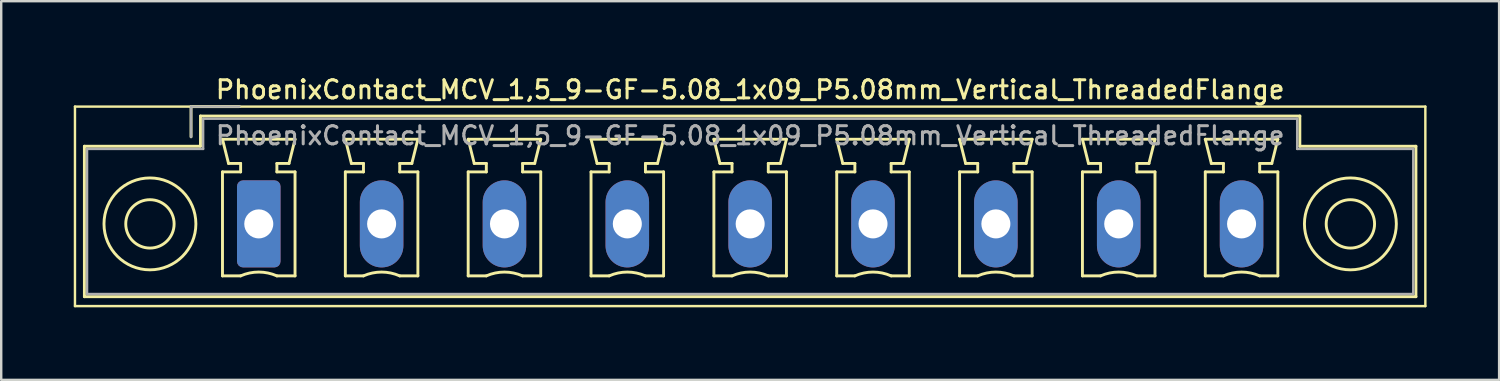
<source format=kicad_pcb>
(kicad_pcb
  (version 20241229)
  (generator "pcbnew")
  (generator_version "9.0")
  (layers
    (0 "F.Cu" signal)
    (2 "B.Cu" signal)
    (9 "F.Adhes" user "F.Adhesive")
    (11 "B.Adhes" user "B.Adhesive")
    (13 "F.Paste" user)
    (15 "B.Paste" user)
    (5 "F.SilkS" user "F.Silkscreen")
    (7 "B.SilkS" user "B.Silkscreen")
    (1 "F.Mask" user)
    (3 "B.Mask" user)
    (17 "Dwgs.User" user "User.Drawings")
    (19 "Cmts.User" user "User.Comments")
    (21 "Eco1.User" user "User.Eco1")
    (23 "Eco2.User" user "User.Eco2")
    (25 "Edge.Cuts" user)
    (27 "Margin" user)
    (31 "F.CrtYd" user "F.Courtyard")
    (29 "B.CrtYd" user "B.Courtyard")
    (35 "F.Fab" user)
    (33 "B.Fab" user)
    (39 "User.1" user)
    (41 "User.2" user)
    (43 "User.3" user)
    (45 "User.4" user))
  (footprint "PhoenixContact_MCV_1,5_9-GF-5.08_1x09_P5.08mm_Vertical_ThreadedFlange"
    (layer "F.Cu")
    (at 7.65 6.208)
    (property "Reference" "PhoenixContact_MCV_1,5_9-GF-5.08_1x09_P5.08mm_Vertical_ThreadedFlange" (at 20.32 -5.55 0) (layer "F.SilkS") (effects (font (size 0.75 0.75) (thickness 0.125))))
    (attr through_hole)
    (fp_line (start -7.6 -4.85) (end -7.6 3.4) (stroke (width 0.1) (type solid)) (layer "F.SilkS"))
    (fp_line (start -7.6 3.4) (end 48.24 3.4) (stroke (width 0.1) (type solid)) (layer "F.SilkS"))
    (fp_line (start -7.21 -3.21) (end -7.21 3.01) (stroke (width 0.12) (type solid)) (layer "F.SilkS"))
    (fp_line (start -7.21 3.01) (end 47.85 3.01) (stroke (width 0.12) (type solid)) (layer "F.SilkS"))
    (fp_line (start -2.8 -4.85) (end -0.8 -4.85) (stroke (width 0.12) (type solid)) (layer "F.SilkS"))
    (fp_line (start -2.8 -3.6) (end -2.8 -4.85) (stroke (width 0.12) (type solid)) (layer "F.SilkS"))
    (fp_line (start -2.41 -4.46) (end -2.41 -3.21) (stroke (width 0.12) (type solid)) (layer "F.SilkS"))
    (fp_line (start -2.41 -3.21) (end -7.21 -3.21) (stroke (width 0.12) (type solid)) (layer "F.SilkS"))
    (fp_line (start -1.5 -3.5) (end 1.5 -3.5) (stroke (width 0.12) (type solid)) (layer "F.SilkS"))
    (fp_line (start -1.5 -2.15) (end -0.75 -2.15) (stroke (width 0.12) (type solid)) (layer "F.SilkS"))
    (fp_line (start -1.5 2.15) (end -1.5 -2.15) (stroke (width 0.12) (type solid)) (layer "F.SilkS"))
    (fp_line (start -1.25 -2.5) (end -1.5 -3.5) (stroke (width 0.12) (type solid)) (layer "F.SilkS"))
    (fp_line (start -0.75 -2.5) (end -1.25 -2.5) (stroke (width 0.12) (type solid)) (layer "F.SilkS"))
    (fp_line (start -0.75 -2.15) (end -0.75 -2.5) (stroke (width 0.12) (type solid)) (layer "F.SilkS"))
    (fp_line (start -0.75 2.15) (end -1.5 2.15) (stroke (width 0.12) (type solid)) (layer "F.SilkS"))
    (fp_line (start 0.75 -2.5) (end 0.75 -2.15) (stroke (width 0.12) (type solid)) (layer "F.SilkS"))
    (fp_line (start 0.75 -2.15) (end 1.5 -2.15) (stroke (width 0.12) (type solid)) (layer "F.SilkS"))
    (fp_line (start 1.25 -2.5) (end 0.75 -2.5) (stroke (width 0.12) (type solid)) (layer "F.SilkS"))
    (fp_line (start 1.5 -3.5) (end 1.25 -2.5) (stroke (width 0.12) (type solid)) (layer "F.SilkS"))
    (fp_line (start 1.5 -2.15) (end 1.5 2.15) (stroke (width 0.12) (type solid)) (layer "F.SilkS"))
    (fp_line (start 1.5 2.15) (end 0.75 2.15) (stroke (width 0.12) (type solid)) (layer "F.SilkS"))
    (fp_line (start 3.58 -3.5) (end 6.58 -3.5) (stroke (width 0.12) (type solid)) (layer "F.SilkS"))
    (fp_line (start 3.58 -2.15) (end 4.33 -2.15) (stroke (width 0.12) (type solid)) (layer "F.SilkS"))
    (fp_line (start 3.58 2.15) (end 3.58 -2.15) (stroke (width 0.12) (type solid)) (layer "F.SilkS"))
    (fp_line (start 3.83 -2.5) (end 3.58 -3.5) (stroke (width 0.12) (type solid)) (layer "F.SilkS"))
    (fp_line (start 4.33 -2.5) (end 3.83 -2.5) (stroke (width 0.12) (type solid)) (layer "F.SilkS"))
    (fp_line (start 4.33 -2.15) (end 4.33 -2.5) (stroke (width 0.12) (type solid)) (layer "F.SilkS"))
    (fp_line (start 4.33 2.15) (end 3.58 2.15) (stroke (width 0.12) (type solid)) (layer "F.SilkS"))
    (fp_line (start 5.83 -2.5) (end 5.83 -2.15) (stroke (width 0.12) (type solid)) (layer "F.SilkS"))
    (fp_line (start 5.83 -2.15) (end 6.58 -2.15) (stroke (width 0.12) (type solid)) (layer "F.SilkS"))
    (fp_line (start 6.33 -2.5) (end 5.83 -2.5) (stroke (width 0.12) (type solid)) (layer "F.SilkS"))
    (fp_line (start 6.58 -3.5) (end 6.33 -2.5) (stroke (width 0.12) (type solid)) (layer "F.SilkS"))
    (fp_line (start 6.58 -2.15) (end 6.58 2.15) (stroke (width 0.12) (type solid)) (layer "F.SilkS"))
    (fp_line (start 6.58 2.15) (end 5.83 2.15) (stroke (width 0.12) (type solid)) (layer "F.SilkS"))
    (fp_line (start 8.66 -3.5) (end 11.66 -3.5) (stroke (width 0.12) (type solid)) (layer "F.SilkS"))
    (fp_line (start 8.66 -2.15) (end 9.41 -2.15) (stroke (width 0.12) (type solid)) (layer "F.SilkS"))
    (fp_line (start 8.66 2.15) (end 8.66 -2.15) (stroke (width 0.12) (type solid)) (layer "F.SilkS"))
    (fp_line (start 8.91 -2.5) (end 8.66 -3.5) (stroke (width 0.12) (type solid)) (layer "F.SilkS"))
    (fp_line (start 9.41 -2.5) (end 8.91 -2.5) (stroke (width 0.12) (type solid)) (layer "F.SilkS"))
    (fp_line (start 9.41 -2.15) (end 9.41 -2.5) (stroke (width 0.12) (type solid)) (layer "F.SilkS"))
    (fp_line (start 9.41 2.15) (end 8.66 2.15) (stroke (width 0.12) (type solid)) (layer "F.SilkS"))
    (fp_line (start 10.91 -2.5) (end 10.91 -2.15) (stroke (width 0.12) (type solid)) (layer "F.SilkS"))
    (fp_line (start 10.91 -2.15) (end 11.66 -2.15) (stroke (width 0.12) (type solid)) (layer "F.SilkS"))
    (fp_line (start 11.41 -2.5) (end 10.91 -2.5) (stroke (width 0.12) (type solid)) (layer "F.SilkS"))
    (fp_line (start 11.66 -3.5) (end 11.41 -2.5) (stroke (width 0.12) (type solid)) (layer "F.SilkS"))
    (fp_line (start 11.66 -2.15) (end 11.66 2.15) (stroke (width 0.12) (type solid)) (layer "F.SilkS"))
    (fp_line (start 11.66 2.15) (end 10.91 2.15) (stroke (width 0.12) (type solid)) (layer "F.SilkS"))
    (fp_line (start 13.74 -3.5) (end 16.74 -3.5) (stroke (width 0.12) (type solid)) (layer "F.SilkS"))
    (fp_line (start 13.74 -2.15) (end 14.49 -2.15) (stroke (width 0.12) (type solid)) (layer "F.SilkS"))
    (fp_line (start 13.74 2.15) (end 13.74 -2.15) (stroke (width 0.12) (type solid)) (layer "F.SilkS"))
    (fp_line (start 13.99 -2.5) (end 13.74 -3.5) (stroke (width 0.12) (type solid)) (layer "F.SilkS"))
    (fp_line (start 14.49 -2.5) (end 13.99 -2.5) (stroke (width 0.12) (type solid)) (layer "F.SilkS"))
    (fp_line (start 14.49 -2.15) (end 14.49 -2.5) (stroke (width 0.12) (type solid)) (layer "F.SilkS"))
    (fp_line (start 14.49 2.15) (end 13.74 2.15) (stroke (width 0.12) (type solid)) (layer "F.SilkS"))
    (fp_line (start 15.99 -2.5) (end 15.99 -2.15) (stroke (width 0.12) (type solid)) (layer "F.SilkS"))
    (fp_line (start 15.99 -2.15) (end 16.74 -2.15) (stroke (width 0.12) (type solid)) (layer "F.SilkS"))
    (fp_line (start 16.49 -2.5) (end 15.99 -2.5) (stroke (width 0.12) (type solid)) (layer "F.SilkS"))
    (fp_line (start 16.74 -3.5) (end 16.49 -2.5) (stroke (width 0.12) (type solid)) (layer "F.SilkS"))
    (fp_line (start 16.74 -2.15) (end 16.74 2.15) (stroke (width 0.12) (type solid)) (layer "F.SilkS"))
    (fp_line (start 16.74 2.15) (end 15.99 2.15) (stroke (width 0.12) (type solid)) (layer "F.SilkS"))
    (fp_line (start 18.82 -3.5) (end 21.82 -3.5) (stroke (width 0.12) (type solid)) (layer "F.SilkS"))
    (fp_line (start 18.82 -2.15) (end 19.57 -2.15) (stroke (width 0.12) (type solid)) (layer "F.SilkS"))
    (fp_line (start 18.82 2.15) (end 18.82 -2.15) (stroke (width 0.12) (type solid)) (layer "F.SilkS"))
    (fp_line (start 19.07 -2.5) (end 18.82 -3.5) (stroke (width 0.12) (type solid)) (layer "F.SilkS"))
    (fp_line (start 19.57 -2.5) (end 19.07 -2.5) (stroke (width 0.12) (type solid)) (layer "F.SilkS"))
    (fp_line (start 19.57 -2.15) (end 19.57 -2.5) (stroke (width 0.12) (type solid)) (layer "F.SilkS"))
    (fp_line (start 19.57 2.15) (end 18.82 2.15) (stroke (width 0.12) (type solid)) (layer "F.SilkS"))
    (fp_line (start 21.07 -2.5) (end 21.07 -2.15) (stroke (width 0.12) (type solid)) (layer "F.SilkS"))
    (fp_line (start 21.07 -2.15) (end 21.82 -2.15) (stroke (width 0.12) (type solid)) (layer "F.SilkS"))
    (fp_line (start 21.57 -2.5) (end 21.07 -2.5) (stroke (width 0.12) (type solid)) (layer "F.SilkS"))
    (fp_line (start 21.82 -3.5) (end 21.57 -2.5) (stroke (width 0.12) (type solid)) (layer "F.SilkS"))
    (fp_line (start 21.82 -2.15) (end 21.82 2.15) (stroke (width 0.12) (type solid)) (layer "F.SilkS"))
    (fp_line (start 21.82 2.15) (end 21.07 2.15) (stroke (width 0.12) (type solid)) (layer "F.SilkS"))
    (fp_line (start 23.9 -3.5) (end 26.9 -3.5) (stroke (width 0.12) (type solid)) (layer "F.SilkS"))
    (fp_line (start 23.9 -2.15) (end 24.65 -2.15) (stroke (width 0.12) (type solid)) (layer "F.SilkS"))
    (fp_line (start 23.9 2.15) (end 23.9 -2.15) (stroke (width 0.12) (type solid)) (layer "F.SilkS"))
    (fp_line (start 24.15 -2.5) (end 23.9 -3.5) (stroke (width 0.12) (type solid)) (layer "F.SilkS"))
    (fp_line (start 24.65 -2.5) (end 24.15 -2.5) (stroke (width 0.12) (type solid)) (layer "F.SilkS"))
    (fp_line (start 24.65 -2.15) (end 24.65 -2.5) (stroke (width 0.12) (type solid)) (layer "F.SilkS"))
    (fp_line (start 24.65 2.15) (end 23.9 2.15) (stroke (width 0.12) (type solid)) (layer "F.SilkS"))
    (fp_line (start 26.15 -2.5) (end 26.15 -2.15) (stroke (width 0.12) (type solid)) (layer "F.SilkS"))
    (fp_line (start 26.15 -2.15) (end 26.9 -2.15) (stroke (width 0.12) (type solid)) (layer "F.SilkS"))
    (fp_line (start 26.65 -2.5) (end 26.15 -2.5) (stroke (width 0.12) (type solid)) (layer "F.SilkS"))
    (fp_line (start 26.9 -3.5) (end 26.65 -2.5) (stroke (width 0.12) (type solid)) (layer "F.SilkS"))
    (fp_line (start 26.9 -2.15) (end 26.9 2.15) (stroke (width 0.12) (type solid)) (layer "F.SilkS"))
    (fp_line (start 26.9 2.15) (end 26.15 2.15) (stroke (width 0.12) (type solid)) (layer "F.SilkS"))
    (fp_line (start 28.98 -3.5) (end 31.98 -3.5) (stroke (width 0.12) (type solid)) (layer "F.SilkS"))
    (fp_line (start 28.98 -2.15) (end 29.73 -2.15) (stroke (width 0.12) (type solid)) (layer "F.SilkS"))
    (fp_line (start 28.98 2.15) (end 28.98 -2.15) (stroke (width 0.12) (type solid)) (layer "F.SilkS"))
    (fp_line (start 29.23 -2.5) (end 28.98 -3.5) (stroke (width 0.12) (type solid)) (layer "F.SilkS"))
    (fp_line (start 29.73 -2.5) (end 29.23 -2.5) (stroke (width 0.12) (type solid)) (layer "F.SilkS"))
    (fp_line (start 29.73 -2.15) (end 29.73 -2.5) (stroke (width 0.12) (type solid)) (layer "F.SilkS"))
    (fp_line (start 29.73 2.15) (end 28.98 2.15) (stroke (width 0.12) (type solid)) (layer "F.SilkS"))
    (fp_line (start 31.23 -2.5) (end 31.23 -2.15) (stroke (width 0.12) (type solid)) (layer "F.SilkS"))
    (fp_line (start 31.23 -2.15) (end 31.98 -2.15) (stroke (width 0.12) (type solid)) (layer "F.SilkS"))
    (fp_line (start 31.73 -2.5) (end 31.23 -2.5) (stroke (width 0.12) (type solid)) (layer "F.SilkS"))
    (fp_line (start 31.98 -3.5) (end 31.73 -2.5) (stroke (width 0.12) (type solid)) (layer "F.SilkS"))
    (fp_line (start 31.98 -2.15) (end 31.98 2.15) (stroke (width 0.12) (type solid)) (layer "F.SilkS"))
    (fp_line (start 31.98 2.15) (end 31.23 2.15) (stroke (width 0.12) (type solid)) (layer "F.SilkS"))
    (fp_line (start 34.06 -3.5) (end 37.06 -3.5) (stroke (width 0.12) (type solid)) (layer "F.SilkS"))
    (fp_line (start 34.06 -2.15) (end 34.81 -2.15) (stroke (width 0.12) (type solid)) (layer "F.SilkS"))
    (fp_line (start 34.06 2.15) (end 34.06 -2.15) (stroke (width 0.12) (type solid)) (layer "F.SilkS"))
    (fp_line (start 34.31 -2.5) (end 34.06 -3.5) (stroke (width 0.12) (type solid)) (layer "F.SilkS"))
    (fp_line (start 34.81 -2.5) (end 34.31 -2.5) (stroke (width 0.12) (type solid)) (layer "F.SilkS"))
    (fp_line (start 34.81 -2.15) (end 34.81 -2.5) (stroke (width 0.12) (type solid)) (layer "F.SilkS"))
    (fp_line (start 34.81 2.15) (end 34.06 2.15) (stroke (width 0.12) (type solid)) (layer "F.SilkS"))
    (fp_line (start 36.31 -2.5) (end 36.31 -2.15) (stroke (width 0.12) (type solid)) (layer "F.SilkS"))
    (fp_line (start 36.31 -2.15) (end 37.06 -2.15) (stroke (width 0.12) (type solid)) (layer "F.SilkS"))
    (fp_line (start 36.81 -2.5) (end 36.31 -2.5) (stroke (width 0.12) (type solid)) (layer "F.SilkS"))
    (fp_line (start 37.06 -3.5) (end 36.81 -2.5) (stroke (width 0.12) (type solid)) (layer "F.SilkS"))
    (fp_line (start 37.06 -2.15) (end 37.06 2.15) (stroke (width 0.12) (type solid)) (layer "F.SilkS"))
    (fp_line (start 37.06 2.15) (end 36.31 2.15) (stroke (width 0.12) (type solid)) (layer "F.SilkS"))
    (fp_line (start 39.14 -3.5) (end 42.14 -3.5) (stroke (width 0.12) (type solid)) (layer "F.SilkS"))
    (fp_line (start 39.14 -2.15) (end 39.89 -2.15) (stroke (width 0.12) (type solid)) (layer "F.SilkS"))
    (fp_line (start 39.14 2.15) (end 39.14 -2.15) (stroke (width 0.12) (type solid)) (layer "F.SilkS"))
    (fp_line (start 39.39 -2.5) (end 39.14 -3.5) (stroke (width 0.12) (type solid)) (layer "F.SilkS"))
    (fp_line (start 39.89 -2.5) (end 39.39 -2.5) (stroke (width 0.12) (type solid)) (layer "F.SilkS"))
    (fp_line (start 39.89 -2.15) (end 39.89 -2.5) (stroke (width 0.12) (type solid)) (layer "F.SilkS"))
    (fp_line (start 39.89 2.15) (end 39.14 2.15) (stroke (width 0.12) (type solid)) (layer "F.SilkS"))
    (fp_line (start 41.39 -2.5) (end 41.39 -2.15) (stroke (width 0.12) (type solid)) (layer "F.SilkS"))
    (fp_line (start 41.39 -2.15) (end 42.14 -2.15) (stroke (width 0.12) (type solid)) (layer "F.SilkS"))
    (fp_line (start 41.89 -2.5) (end 41.39 -2.5) (stroke (width 0.12) (type solid)) (layer "F.SilkS"))
    (fp_line (start 42.14 -3.5) (end 41.89 -2.5) (stroke (width 0.12) (type solid)) (layer "F.SilkS"))
    (fp_line (start 42.14 -2.15) (end 42.14 2.15) (stroke (width 0.12) (type solid)) (layer "F.SilkS"))
    (fp_line (start 42.14 2.15) (end 41.39 2.15) (stroke (width 0.12) (type solid)) (layer "F.SilkS"))
    (fp_line (start 43.05 -4.46) (end -2.41 -4.46) (stroke (width 0.12) (type solid)) (layer "F.SilkS"))
    (fp_line (start 43.05 -3.21) (end 43.05 -4.46) (stroke (width 0.12) (type solid)) (layer "F.SilkS"))
    (fp_line (start 47.85 -3.21) (end 43.05 -3.21) (stroke (width 0.12) (type solid)) (layer "F.SilkS"))
    (fp_line (start 47.85 3.01) (end 47.85 -3.21) (stroke (width 0.12) (type solid)) (layer "F.SilkS"))
    (fp_line (start 48.24 -4.85) (end -7.6 -4.85) (stroke (width 0.1) (type solid)) (layer "F.SilkS"))
    (fp_line (start 48.24 3.4) (end 48.24 -4.85) (stroke (width 0.1) (type solid)) (layer "F.SilkS"))
    (fp_arc (start -0.75 2.15) (mid -0.000193 1.99191) (end 0.749647 2.149844) (stroke (width 0.12) (type solid)) (layer "F.SilkS"))
    (fp_arc (start 4.33 2.15) (mid 5.079807 1.99191) (end 5.829647 2.149844) (stroke (width 0.12) (type solid)) (layer "F.SilkS"))
    (fp_arc (start 9.41 2.15) (mid 10.159807 1.99191) (end 10.909647 2.149844) (stroke (width 0.12) (type solid)) (layer "F.SilkS"))
    (fp_arc (start 14.49 2.15) (mid 15.239807 1.99191) (end 15.989647 2.149844) (stroke (width 0.12) (type solid)) (layer "F.SilkS"))
    (fp_arc (start 19.57 2.15) (mid 20.319807 1.99191) (end 21.069647 2.149844) (stroke (width 0.12) (type solid)) (layer "F.SilkS"))
    (fp_arc (start 24.65 2.15) (mid 25.399807 1.99191) (end 26.149647 2.149844) (stroke (width 0.12) (type solid)) (layer "F.SilkS"))
    (fp_arc (start 29.73 2.15) (mid 30.479807 1.99191) (end 31.229647 2.149844) (stroke (width 0.12) (type solid)) (layer "F.SilkS"))
    (fp_arc (start 34.81 2.15) (mid 35.559807 1.99191) (end 36.309647 2.149844) (stroke (width 0.12) (type solid)) (layer "F.SilkS"))
    (fp_arc (start 39.89 2.15) (mid 40.639807 1.99191) (end 41.389647 2.149844) (stroke (width 0.12) (type solid)) (layer "F.SilkS"))
    (fp_circle (center -4.5 0) (end -3.5 0) (stroke (width 0.12) (type solid)) (fill no) (layer "F.SilkS"))
    (fp_circle (center -4.5 0) (end -2.6 0) (stroke (width 0.12) (type solid)) (fill no) (layer "F.SilkS"))
    (fp_circle (center 45.14 0) (end 46.14 0) (stroke (width 0.12) (type solid)) (fill no) (layer "F.SilkS"))
    (fp_circle (center 45.14 0) (end 47.04 0) (stroke (width 0.12) (type solid)) (fill no) (layer "F.SilkS"))
    (fp_line (start -7.1 -3.1) (end -7.1 2.9) (stroke (width 0.1) (type solid)) (layer "F.Fab"))
    (fp_line (start -7.1 2.9) (end 47.74 2.9) (stroke (width 0.1) (type solid)) (layer "F.Fab"))
    (fp_line (start -2.8 -4.85) (end -0.8 -4.85) (stroke (width 0.1) (type solid)) (layer "F.Fab"))
    (fp_line (start -2.8 -3.6) (end -2.8 -4.85) (stroke (width 0.1) (type solid)) (layer "F.Fab"))
    (fp_line (start -2.3 -4.35) (end -2.3 -3.1) (stroke (width 0.1) (type solid)) (layer "F.Fab"))
    (fp_line (start -2.3 -3.1) (end -7.1 -3.1) (stroke (width 0.1) (type solid)) (layer "F.Fab"))
    (fp_line (start 42.94 -4.35) (end -2.3 -4.35) (stroke (width 0.1) (type solid)) (layer "F.Fab"))
    (fp_line (start 42.94 -3.1) (end 42.94 -4.35) (stroke (width 0.1) (type solid)) (layer "F.Fab"))
    (fp_line (start 47.74 -3.1) (end 42.94 -3.1) (stroke (width 0.1) (type solid)) (layer "F.Fab"))
    (fp_line (start 47.74 2.9) (end 47.74 -3.1) (stroke (width 0.1) (type solid)) (layer "F.Fab"))
    (fp_text user "${REFERENCE}" (at 20.32 -3.65 0) (layer "F.Fab") (effects (font (size 0.75 0.75) (thickness 0.125))))
    (pad "1" thru_hole roundrect (at 0 0) (size 1.8 3.6) (drill 1.2) (layers "*.Cu" "*.Mask") (roundrect_rratio 0.139))
    (pad "2" thru_hole oval (at 5.08 0) (size 1.8 3.6) (drill 1.2) (layers "*.Cu" "*.Mask"))
    (pad "3" thru_hole oval (at 10.16 0) (size 1.8 3.6) (drill 1.2) (layers "*.Cu" "*.Mask"))
    (pad "4" thru_hole oval (at 15.24 0) (size 1.8 3.6) (drill 1.2) (layers "*.Cu" "*.Mask"))
    (pad "5" thru_hole oval (at 20.32 0) (size 1.8 3.6) (drill 1.2) (layers "*.Cu" "*.Mask"))
    (pad "6" thru_hole oval (at 25.4 0) (size 1.8 3.6) (drill 1.2) (layers "*.Cu" "*.Mask"))
    (pad "7" thru_hole oval (at 30.48 0) (size 1.8 3.6) (drill 1.2) (layers "*.Cu" "*.Mask"))
    (pad "8" thru_hole oval (at 35.56 0) (size 1.8 3.6) (drill 1.2) (layers "*.Cu" "*.Mask"))
    (pad "9" thru_hole oval (at 40.64 0) (size 1.8 3.6) (drill 1.2) (layers "*.Cu" "*.Mask")))
  (gr_rect
    (start -3 -3)
    (end 58.94 12.658)
    (stroke (width 0.1) (type default))
    (fill no)
    (layer "Edge.Cuts")))
</source>
